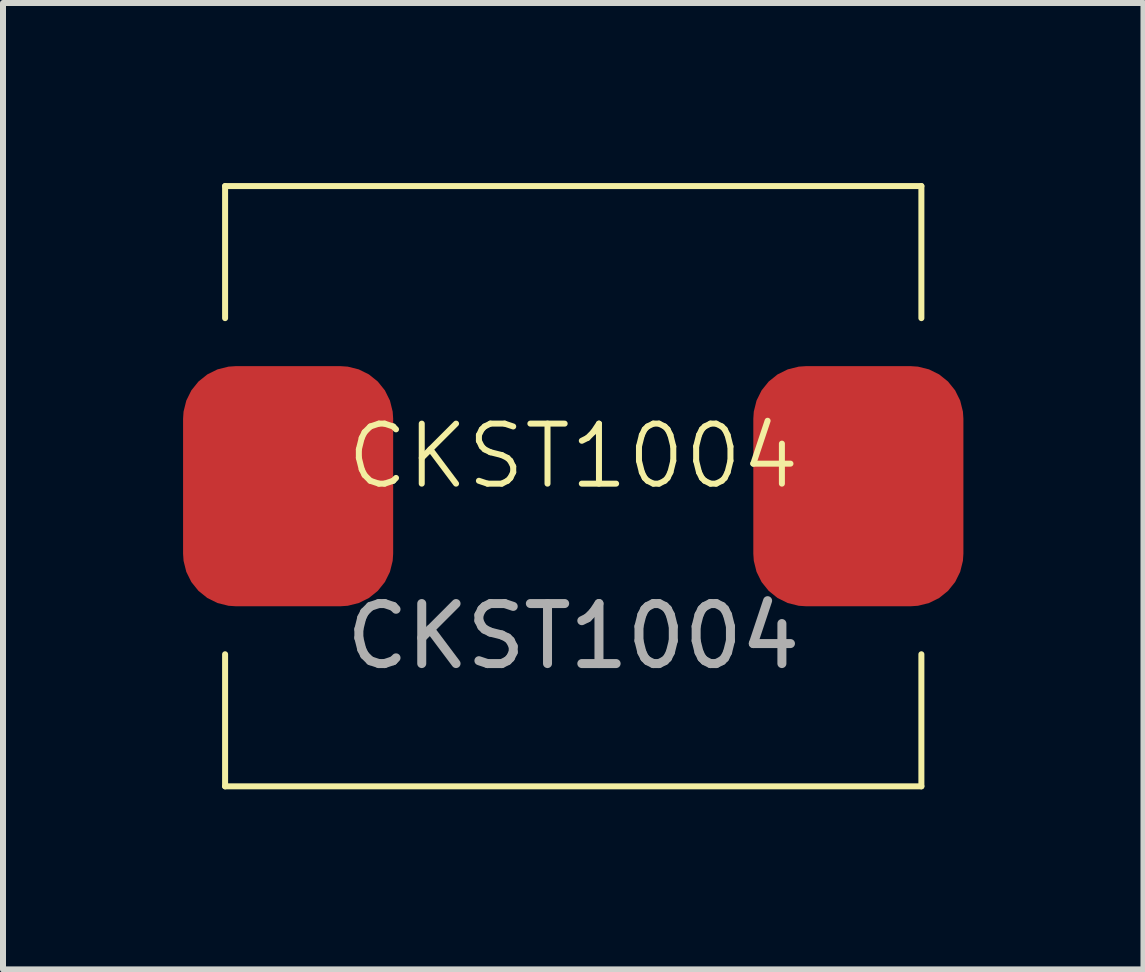
<source format=kicad_pcb>
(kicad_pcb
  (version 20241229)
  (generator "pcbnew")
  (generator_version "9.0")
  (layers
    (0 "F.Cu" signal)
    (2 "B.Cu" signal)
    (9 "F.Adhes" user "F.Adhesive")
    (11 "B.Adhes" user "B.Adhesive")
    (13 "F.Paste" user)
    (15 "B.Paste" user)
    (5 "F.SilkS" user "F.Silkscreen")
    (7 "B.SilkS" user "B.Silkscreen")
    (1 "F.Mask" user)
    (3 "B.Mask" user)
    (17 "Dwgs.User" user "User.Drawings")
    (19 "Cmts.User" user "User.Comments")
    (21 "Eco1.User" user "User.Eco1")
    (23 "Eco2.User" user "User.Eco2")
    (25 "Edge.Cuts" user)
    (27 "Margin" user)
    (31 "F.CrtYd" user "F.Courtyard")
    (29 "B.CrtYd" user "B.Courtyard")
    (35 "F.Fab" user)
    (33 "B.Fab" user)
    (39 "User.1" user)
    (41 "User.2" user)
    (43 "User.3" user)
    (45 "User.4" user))
  (footprint "CKST1004"
    (layer "F.Cu")
    (at 6.5 5.05)
    (property "Reference" "CKST1004" (at 0 -0.5 0) (unlocked yes) (layer "F.SilkS") (effects (font (size 1 1) (thickness 0.1))))
    (attr smd)
    (fp_line (start -5.8 -5) (end -5.8 -2.8) (stroke (width 0.1) (type default)) (layer "F.SilkS"))
    (fp_line (start -5.8 5) (end -5.8 2.8) (stroke (width 0.1) (type default)) (layer "F.SilkS"))
    (fp_line (start -5.8 5) (end 5.8 5) (stroke (width 0.1) (type default)) (layer "F.SilkS"))
    (fp_line (start 5.8 -5) (end -5.8 -5) (stroke (width 0.1) (type default)) (layer "F.SilkS"))
    (fp_line (start 5.8 -5) (end 5.8 -2.8) (stroke (width 0.1) (type default)) (layer "F.SilkS"))
    (fp_line (start 5.8 5) (end 5.8 2.8) (stroke (width 0.1) (type default)) (layer "F.SilkS"))
    (fp_text user "${REFERENCE}" (at 0 2.5 0) (unlocked yes) (layer "F.Fab") (effects (font (size 1 1) (thickness 0.15))))
    (pad "1" smd roundrect (at -4.75 0) (size 3.5 4) (layers "F.Cu" "F.Mask" "F.Paste") (roundrect_rratio 0.25))
    (pad "2" smd roundrect (at 4.75 0) (size 3.5 4) (layers "F.Cu" "F.Mask" "F.Paste") (roundrect_rratio 0.25)))
  (gr_rect
    (start -3 -3)
    (end 16 13.1)
    (stroke (width 0.1) (type default))
    (fill no)
    (layer "Edge.Cuts")))
</source>
